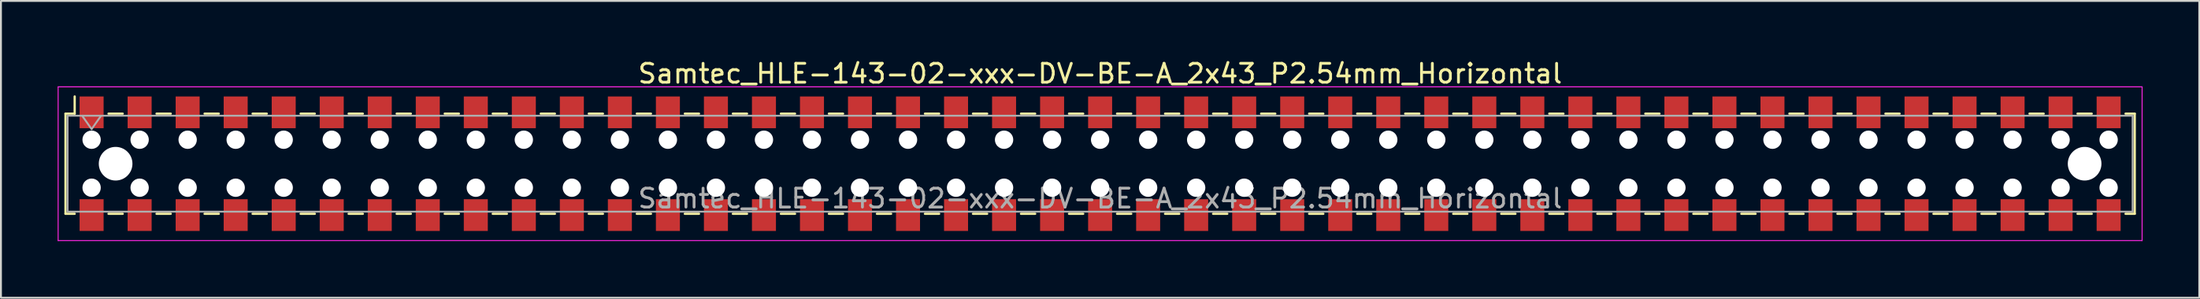
<source format=kicad_pcb>
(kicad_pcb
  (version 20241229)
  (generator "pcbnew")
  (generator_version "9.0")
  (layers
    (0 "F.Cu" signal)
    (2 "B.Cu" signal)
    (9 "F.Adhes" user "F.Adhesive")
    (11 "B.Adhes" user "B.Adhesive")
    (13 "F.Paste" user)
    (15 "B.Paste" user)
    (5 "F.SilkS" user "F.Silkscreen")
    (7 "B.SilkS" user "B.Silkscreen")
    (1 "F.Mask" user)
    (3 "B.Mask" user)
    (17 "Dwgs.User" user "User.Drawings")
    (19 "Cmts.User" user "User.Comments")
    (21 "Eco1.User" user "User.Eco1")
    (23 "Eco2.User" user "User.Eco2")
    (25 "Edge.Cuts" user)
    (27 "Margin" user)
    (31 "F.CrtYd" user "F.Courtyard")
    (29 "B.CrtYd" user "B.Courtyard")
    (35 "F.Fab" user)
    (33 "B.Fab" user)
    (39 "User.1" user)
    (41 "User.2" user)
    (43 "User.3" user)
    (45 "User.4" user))
  (footprint "Samtec_HLE-143-02-xxx-DV-BE-A_2x43_P2.54mm_Horizontal"
    (layer "F.Cu")
    (at 55.135 5.618)
    (property "Reference" "Samtec_HLE-143-02-xxx-DV-BE-A_2x43_P2.54mm_Horizontal" (at 0 -4.77 0) (layer "F.SilkS") (effects (font (size 1 1) (thickness 0.15))))
    (attr smd)
    (fp_line (start -54.72 -2.65) (end -54.72 2.65) (stroke (width 0.12) (type solid)) (layer "F.SilkS"))
    (fp_line (start -54.72 2.65) (end -54.235 2.65) (stroke (width 0.12) (type solid)) (layer "F.SilkS"))
    (fp_line (start -54.235 -3.56) (end -54.235 -2.65) (stroke (width 0.12) (type solid)) (layer "F.SilkS"))
    (fp_line (start -54.235 -2.65) (end -54.72 -2.65) (stroke (width 0.12) (type solid)) (layer "F.SilkS"))
    (fp_line (start -52.445 -2.65) (end -51.695 -2.65) (stroke (width 0.12) (type solid)) (layer "F.SilkS"))
    (fp_line (start -52.445 2.65) (end -51.695 2.65) (stroke (width 0.12) (type solid)) (layer "F.SilkS"))
    (fp_line (start -49.905 -2.65) (end -49.155 -2.65) (stroke (width 0.12) (type solid)) (layer "F.SilkS"))
    (fp_line (start -49.905 2.65) (end -49.155 2.65) (stroke (width 0.12) (type solid)) (layer "F.SilkS"))
    (fp_line (start -47.365 -2.65) (end -46.615 -2.65) (stroke (width 0.12) (type solid)) (layer "F.SilkS"))
    (fp_line (start -47.365 2.65) (end -46.615 2.65) (stroke (width 0.12) (type solid)) (layer "F.SilkS"))
    (fp_line (start -44.825 -2.65) (end -44.075 -2.65) (stroke (width 0.12) (type solid)) (layer "F.SilkS"))
    (fp_line (start -44.825 2.65) (end -44.075 2.65) (stroke (width 0.12) (type solid)) (layer "F.SilkS"))
    (fp_line (start -42.285 -2.65) (end -41.535 -2.65) (stroke (width 0.12) (type solid)) (layer "F.SilkS"))
    (fp_line (start -42.285 2.65) (end -41.535 2.65) (stroke (width 0.12) (type solid)) (layer "F.SilkS"))
    (fp_line (start -39.745 -2.65) (end -38.995 -2.65) (stroke (width 0.12) (type solid)) (layer "F.SilkS"))
    (fp_line (start -39.745 2.65) (end -38.995 2.65) (stroke (width 0.12) (type solid)) (layer "F.SilkS"))
    (fp_line (start -37.205 -2.65) (end -36.455 -2.65) (stroke (width 0.12) (type solid)) (layer "F.SilkS"))
    (fp_line (start -37.205 2.65) (end -36.455 2.65) (stroke (width 0.12) (type solid)) (layer "F.SilkS"))
    (fp_line (start -34.665 -2.65) (end -33.915 -2.65) (stroke (width 0.12) (type solid)) (layer "F.SilkS"))
    (fp_line (start -34.665 2.65) (end -33.915 2.65) (stroke (width 0.12) (type solid)) (layer "F.SilkS"))
    (fp_line (start -32.125 -2.65) (end -31.375 -2.65) (stroke (width 0.12) (type solid)) (layer "F.SilkS"))
    (fp_line (start -32.125 2.65) (end -31.375 2.65) (stroke (width 0.12) (type solid)) (layer "F.SilkS"))
    (fp_line (start -29.585 -2.65) (end -28.835 -2.65) (stroke (width 0.12) (type solid)) (layer "F.SilkS"))
    (fp_line (start -29.585 2.65) (end -28.835 2.65) (stroke (width 0.12) (type solid)) (layer "F.SilkS"))
    (fp_line (start -27.045 -2.65) (end -26.295 -2.65) (stroke (width 0.12) (type solid)) (layer "F.SilkS"))
    (fp_line (start -27.045 2.65) (end -26.295 2.65) (stroke (width 0.12) (type solid)) (layer "F.SilkS"))
    (fp_line (start -24.505 -2.65) (end -23.755 -2.65) (stroke (width 0.12) (type solid)) (layer "F.SilkS"))
    (fp_line (start -24.505 2.65) (end -23.755 2.65) (stroke (width 0.12) (type solid)) (layer "F.SilkS"))
    (fp_line (start -21.965 -2.65) (end -21.215 -2.65) (stroke (width 0.12) (type solid)) (layer "F.SilkS"))
    (fp_line (start -21.965 2.65) (end -21.215 2.65) (stroke (width 0.12) (type solid)) (layer "F.SilkS"))
    (fp_line (start -19.425 -2.65) (end -18.675 -2.65) (stroke (width 0.12) (type solid)) (layer "F.SilkS"))
    (fp_line (start -19.425 2.65) (end -18.675 2.65) (stroke (width 0.12) (type solid)) (layer "F.SilkS"))
    (fp_line (start -16.885 -2.65) (end -16.135 -2.65) (stroke (width 0.12) (type solid)) (layer "F.SilkS"))
    (fp_line (start -16.885 2.65) (end -16.135 2.65) (stroke (width 0.12) (type solid)) (layer "F.SilkS"))
    (fp_line (start -14.345 -2.65) (end -13.595 -2.65) (stroke (width 0.12) (type solid)) (layer "F.SilkS"))
    (fp_line (start -14.345 2.65) (end -13.595 2.65) (stroke (width 0.12) (type solid)) (layer "F.SilkS"))
    (fp_line (start -11.805 -2.65) (end -11.055 -2.65) (stroke (width 0.12) (type solid)) (layer "F.SilkS"))
    (fp_line (start -11.805 2.65) (end -11.055 2.65) (stroke (width 0.12) (type solid)) (layer "F.SilkS"))
    (fp_line (start -9.265 -2.65) (end -8.515 -2.65) (stroke (width 0.12) (type solid)) (layer "F.SilkS"))
    (fp_line (start -9.265 2.65) (end -8.515 2.65) (stroke (width 0.12) (type solid)) (layer "F.SilkS"))
    (fp_line (start -6.725 -2.65) (end -5.975 -2.65) (stroke (width 0.12) (type solid)) (layer "F.SilkS"))
    (fp_line (start -6.725 2.65) (end -5.975 2.65) (stroke (width 0.12) (type solid)) (layer "F.SilkS"))
    (fp_line (start -4.185 -2.65) (end -3.435 -2.65) (stroke (width 0.12) (type solid)) (layer "F.SilkS"))
    (fp_line (start -4.185 2.65) (end -3.435 2.65) (stroke (width 0.12) (type solid)) (layer "F.SilkS"))
    (fp_line (start -1.645 -2.65) (end -0.895 -2.65) (stroke (width 0.12) (type solid)) (layer "F.SilkS"))
    (fp_line (start -1.645 2.65) (end -0.895 2.65) (stroke (width 0.12) (type solid)) (layer "F.SilkS"))
    (fp_line (start 0.895 -2.65) (end 1.645 -2.65) (stroke (width 0.12) (type solid)) (layer "F.SilkS"))
    (fp_line (start 0.895 2.65) (end 1.645 2.65) (stroke (width 0.12) (type solid)) (layer "F.SilkS"))
    (fp_line (start 3.435 -2.65) (end 4.185 -2.65) (stroke (width 0.12) (type solid)) (layer "F.SilkS"))
    (fp_line (start 3.435 2.65) (end 4.185 2.65) (stroke (width 0.12) (type solid)) (layer "F.SilkS"))
    (fp_line (start 5.975 -2.65) (end 6.725 -2.65) (stroke (width 0.12) (type solid)) (layer "F.SilkS"))
    (fp_line (start 5.975 2.65) (end 6.725 2.65) (stroke (width 0.12) (type solid)) (layer "F.SilkS"))
    (fp_line (start 8.515 -2.65) (end 9.265 -2.65) (stroke (width 0.12) (type solid)) (layer "F.SilkS"))
    (fp_line (start 8.515 2.65) (end 9.265 2.65) (stroke (width 0.12) (type solid)) (layer "F.SilkS"))
    (fp_line (start 11.055 -2.65) (end 11.805 -2.65) (stroke (width 0.12) (type solid)) (layer "F.SilkS"))
    (fp_line (start 11.055 2.65) (end 11.805 2.65) (stroke (width 0.12) (type solid)) (layer "F.SilkS"))
    (fp_line (start 13.595 -2.65) (end 14.345 -2.65) (stroke (width 0.12) (type solid)) (layer "F.SilkS"))
    (fp_line (start 13.595 2.65) (end 14.345 2.65) (stroke (width 0.12) (type solid)) (layer "F.SilkS"))
    (fp_line (start 16.135 -2.65) (end 16.885 -2.65) (stroke (width 0.12) (type solid)) (layer "F.SilkS"))
    (fp_line (start 16.135 2.65) (end 16.885 2.65) (stroke (width 0.12) (type solid)) (layer "F.SilkS"))
    (fp_line (start 18.675 -2.65) (end 19.425 -2.65) (stroke (width 0.12) (type solid)) (layer "F.SilkS"))
    (fp_line (start 18.675 2.65) (end 19.425 2.65) (stroke (width 0.12) (type solid)) (layer "F.SilkS"))
    (fp_line (start 21.215 -2.65) (end 21.965 -2.65) (stroke (width 0.12) (type solid)) (layer "F.SilkS"))
    (fp_line (start 21.215 2.65) (end 21.965 2.65) (stroke (width 0.12) (type solid)) (layer "F.SilkS"))
    (fp_line (start 23.755 -2.65) (end 24.505 -2.65) (stroke (width 0.12) (type solid)) (layer "F.SilkS"))
    (fp_line (start 23.755 2.65) (end 24.505 2.65) (stroke (width 0.12) (type solid)) (layer "F.SilkS"))
    (fp_line (start 26.295 -2.65) (end 27.045 -2.65) (stroke (width 0.12) (type solid)) (layer "F.SilkS"))
    (fp_line (start 26.295 2.65) (end 27.045 2.65) (stroke (width 0.12) (type solid)) (layer "F.SilkS"))
    (fp_line (start 28.835 -2.65) (end 29.585 -2.65) (stroke (width 0.12) (type solid)) (layer "F.SilkS"))
    (fp_line (start 28.835 2.65) (end 29.585 2.65) (stroke (width 0.12) (type solid)) (layer "F.SilkS"))
    (fp_line (start 31.375 -2.65) (end 32.125 -2.65) (stroke (width 0.12) (type solid)) (layer "F.SilkS"))
    (fp_line (start 31.375 2.65) (end 32.125 2.65) (stroke (width 0.12) (type solid)) (layer "F.SilkS"))
    (fp_line (start 33.915 -2.65) (end 34.665 -2.65) (stroke (width 0.12) (type solid)) (layer "F.SilkS"))
    (fp_line (start 33.915 2.65) (end 34.665 2.65) (stroke (width 0.12) (type solid)) (layer "F.SilkS"))
    (fp_line (start 36.455 -2.65) (end 37.205 -2.65) (stroke (width 0.12) (type solid)) (layer "F.SilkS"))
    (fp_line (start 36.455 2.65) (end 37.205 2.65) (stroke (width 0.12) (type solid)) (layer "F.SilkS"))
    (fp_line (start 38.995 -2.65) (end 39.745 -2.65) (stroke (width 0.12) (type solid)) (layer "F.SilkS"))
    (fp_line (start 38.995 2.65) (end 39.745 2.65) (stroke (width 0.12) (type solid)) (layer "F.SilkS"))
    (fp_line (start 41.535 -2.65) (end 42.285 -2.65) (stroke (width 0.12) (type solid)) (layer "F.SilkS"))
    (fp_line (start 41.535 2.65) (end 42.285 2.65) (stroke (width 0.12) (type solid)) (layer "F.SilkS"))
    (fp_line (start 44.075 -2.65) (end 44.825 -2.65) (stroke (width 0.12) (type solid)) (layer "F.SilkS"))
    (fp_line (start 44.075 2.65) (end 44.825 2.65) (stroke (width 0.12) (type solid)) (layer "F.SilkS"))
    (fp_line (start 46.615 -2.65) (end 47.365 -2.65) (stroke (width 0.12) (type solid)) (layer "F.SilkS"))
    (fp_line (start 46.615 2.65) (end 47.365 2.65) (stroke (width 0.12) (type solid)) (layer "F.SilkS"))
    (fp_line (start 49.155 -2.65) (end 49.905 -2.65) (stroke (width 0.12) (type solid)) (layer "F.SilkS"))
    (fp_line (start 49.155 2.65) (end 49.905 2.65) (stroke (width 0.12) (type solid)) (layer "F.SilkS"))
    (fp_line (start 51.695 -2.65) (end 52.445 -2.65) (stroke (width 0.12) (type solid)) (layer "F.SilkS"))
    (fp_line (start 51.695 2.65) (end 52.445 2.65) (stroke (width 0.12) (type solid)) (layer "F.SilkS"))
    (fp_line (start 54.235 -2.65) (end 54.72 -2.65) (stroke (width 0.12) (type solid)) (layer "F.SilkS"))
    (fp_line (start 54.72 -2.65) (end 54.72 2.65) (stroke (width 0.12) (type solid)) (layer "F.SilkS"))
    (fp_line (start 54.72 2.65) (end 54.235 2.65) (stroke (width 0.12) (type solid)) (layer "F.SilkS"))
    (fp_line (start -55.11 -4.07) (end 55.11 -4.07) (stroke (width 0.05) (type solid)) (layer "F.CrtYd"))
    (fp_line (start -55.11 4.07) (end -55.11 -4.07) (stroke (width 0.05) (type solid)) (layer "F.CrtYd"))
    (fp_line (start 55.11 -4.07) (end 55.11 4.07) (stroke (width 0.05) (type solid)) (layer "F.CrtYd"))
    (fp_line (start 55.11 4.07) (end -55.11 4.07) (stroke (width 0.05) (type solid)) (layer "F.CrtYd"))
    (fp_line (start -54.61 -2.54) (end 54.61 -2.54) (stroke (width 0.1) (type solid)) (layer "F.Fab"))
    (fp_line (start -54.61 2.54) (end -54.61 -2.54) (stroke (width 0.1) (type solid)) (layer "F.Fab"))
    (fp_line (start -53.84 -2.54) (end -53.34 -1.833) (stroke (width 0.1) (type solid)) (layer "F.Fab"))
    (fp_line (start -53.34 -1.833) (end -52.84 -2.54) (stroke (width 0.1) (type solid)) (layer "F.Fab"))
    (fp_line (start 54.61 -2.54) (end 54.61 2.54) (stroke (width 0.1) (type solid)) (layer "F.Fab"))
    (fp_line (start 54.61 2.54) (end -54.61 2.54) (stroke (width 0.1) (type solid)) (layer "F.Fab"))
    (fp_text user "${REFERENCE}" (at 0 1.84 0) (layer "F.Fab") (effects (font (size 1 1) (thickness 0.15))))
    (pad "" np_thru_hole circle (at -53.34 -1.27) (size 0.97 0.97) (drill 0.97) (layers "*.Cu" "*.Mask"))
    (pad "" np_thru_hole circle (at -53.34 1.27) (size 0.97 0.97) (drill 0.97) (layers "*.Cu" "*.Mask"))
    (pad "" np_thru_hole circle (at -52.07 0) (size 1.78 1.78) (drill 1.78) (layers "*.Cu" "*.Mask"))
    (pad "" np_thru_hole circle (at -50.8 -1.27) (size 0.97 0.97) (drill 0.97) (layers "*.Cu" "*.Mask"))
    (pad "" np_thru_hole circle (at -50.8 1.27) (size 0.97 0.97) (drill 0.97) (layers "*.Cu" "*.Mask"))
    (pad "" np_thru_hole circle (at -48.26 -1.27) (size 0.97 0.97) (drill 0.97) (layers "*.Cu" "*.Mask"))
    (pad "" np_thru_hole circle (at -48.26 1.27) (size 0.97 0.97) (drill 0.97) (layers "*.Cu" "*.Mask"))
    (pad "" np_thru_hole circle (at -45.72 -1.27) (size 0.97 0.97) (drill 0.97) (layers "*.Cu" "*.Mask"))
    (pad "" np_thru_hole circle (at -45.72 1.27) (size 0.97 0.97) (drill 0.97) (layers "*.Cu" "*.Mask"))
    (pad "" np_thru_hole circle (at -43.18 -1.27) (size 0.97 0.97) (drill 0.97) (layers "*.Cu" "*.Mask"))
    (pad "" np_thru_hole circle (at -43.18 1.27) (size 0.97 0.97) (drill 0.97) (layers "*.Cu" "*.Mask"))
    (pad "" np_thru_hole circle (at -40.64 -1.27) (size 0.97 0.97) (drill 0.97) (layers "*.Cu" "*.Mask"))
    (pad "" np_thru_hole circle (at -40.64 1.27) (size 0.97 0.97) (drill 0.97) (layers "*.Cu" "*.Mask"))
    (pad "" np_thru_hole circle (at -38.1 -1.27) (size 0.97 0.97) (drill 0.97) (layers "*.Cu" "*.Mask"))
    (pad "" np_thru_hole circle (at -38.1 1.27) (size 0.97 0.97) (drill 0.97) (layers "*.Cu" "*.Mask"))
    (pad "" np_thru_hole circle (at -35.56 -1.27) (size 0.97 0.97) (drill 0.97) (layers "*.Cu" "*.Mask"))
    (pad "" np_thru_hole circle (at -35.56 1.27) (size 0.97 0.97) (drill 0.97) (layers "*.Cu" "*.Mask"))
    (pad "" np_thru_hole circle (at -33.02 -1.27) (size 0.97 0.97) (drill 0.97) (layers "*.Cu" "*.Mask"))
    (pad "" np_thru_hole circle (at -33.02 1.27) (size 0.97 0.97) (drill 0.97) (layers "*.Cu" "*.Mask"))
    (pad "" np_thru_hole circle (at -30.48 -1.27) (size 0.97 0.97) (drill 0.97) (layers "*.Cu" "*.Mask"))
    (pad "" np_thru_hole circle (at -30.48 1.27) (size 0.97 0.97) (drill 0.97) (layers "*.Cu" "*.Mask"))
    (pad "" np_thru_hole circle (at -27.94 -1.27) (size 0.97 0.97) (drill 0.97) (layers "*.Cu" "*.Mask"))
    (pad "" np_thru_hole circle (at -27.94 1.27) (size 0.97 0.97) (drill 0.97) (layers "*.Cu" "*.Mask"))
    (pad "" np_thru_hole circle (at -25.4 -1.27) (size 0.97 0.97) (drill 0.97) (layers "*.Cu" "*.Mask"))
    (pad "" np_thru_hole circle (at -25.4 1.27) (size 0.97 0.97) (drill 0.97) (layers "*.Cu" "*.Mask"))
    (pad "" np_thru_hole circle (at -22.86 -1.27) (size 0.97 0.97) (drill 0.97) (layers "*.Cu" "*.Mask"))
    (pad "" np_thru_hole circle (at -22.86 1.27) (size 0.97 0.97) (drill 0.97) (layers "*.Cu" "*.Mask"))
    (pad "" np_thru_hole circle (at -20.32 -1.27) (size 0.97 0.97) (drill 0.97) (layers "*.Cu" "*.Mask"))
    (pad "" np_thru_hole circle (at -20.32 1.27) (size 0.97 0.97) (drill 0.97) (layers "*.Cu" "*.Mask"))
    (pad "" np_thru_hole circle (at -17.78 -1.27) (size 0.97 0.97) (drill 0.97) (layers "*.Cu" "*.Mask"))
    (pad "" np_thru_hole circle (at -17.78 1.27) (size 0.97 0.97) (drill 0.97) (layers "*.Cu" "*.Mask"))
    (pad "" np_thru_hole circle (at -15.24 -1.27) (size 0.97 0.97) (drill 0.97) (layers "*.Cu" "*.Mask"))
    (pad "" np_thru_hole circle (at -15.24 1.27) (size 0.97 0.97) (drill 0.97) (layers "*.Cu" "*.Mask"))
    (pad "" np_thru_hole circle (at -12.7 -1.27) (size 0.97 0.97) (drill 0.97) (layers "*.Cu" "*.Mask"))
    (pad "" np_thru_hole circle (at -12.7 1.27) (size 0.97 0.97) (drill 0.97) (layers "*.Cu" "*.Mask"))
    (pad "" np_thru_hole circle (at -10.16 -1.27) (size 0.97 0.97) (drill 0.97) (layers "*.Cu" "*.Mask"))
    (pad "" np_thru_hole circle (at -10.16 1.27) (size 0.97 0.97) (drill 0.97) (layers "*.Cu" "*.Mask"))
    (pad "" np_thru_hole circle (at -7.62 -1.27) (size 0.97 0.97) (drill 0.97) (layers "*.Cu" "*.Mask"))
    (pad "" np_thru_hole circle (at -7.62 1.27) (size 0.97 0.97) (drill 0.97) (layers "*.Cu" "*.Mask"))
    (pad "" np_thru_hole circle (at -5.08 -1.27) (size 0.97 0.97) (drill 0.97) (layers "*.Cu" "*.Mask"))
    (pad "" np_thru_hole circle (at -5.08 1.27) (size 0.97 0.97) (drill 0.97) (layers "*.Cu" "*.Mask"))
    (pad "" np_thru_hole circle (at -2.54 -1.27) (size 0.97 0.97) (drill 0.97) (layers "*.Cu" "*.Mask"))
    (pad "" np_thru_hole circle (at -2.54 1.27) (size 0.97 0.97) (drill 0.97) (layers "*.Cu" "*.Mask"))
    (pad "" np_thru_hole circle (at 0 -1.27) (size 0.97 0.97) (drill 0.97) (layers "*.Cu" "*.Mask"))
    (pad "" np_thru_hole circle (at 0 1.27) (size 0.97 0.97) (drill 0.97) (layers "*.Cu" "*.Mask"))
    (pad "" np_thru_hole circle (at 2.54 -1.27) (size 0.97 0.97) (drill 0.97) (layers "*.Cu" "*.Mask"))
    (pad "" np_thru_hole circle (at 2.54 1.27) (size 0.97 0.97) (drill 0.97) (layers "*.Cu" "*.Mask"))
    (pad "" np_thru_hole circle (at 5.08 -1.27) (size 0.97 0.97) (drill 0.97) (layers "*.Cu" "*.Mask"))
    (pad "" np_thru_hole circle (at 5.08 1.27) (size 0.97 0.97) (drill 0.97) (layers "*.Cu" "*.Mask"))
    (pad "" np_thru_hole circle (at 7.62 -1.27) (size 0.97 0.97) (drill 0.97) (layers "*.Cu" "*.Mask"))
    (pad "" np_thru_hole circle (at 7.62 1.27) (size 0.97 0.97) (drill 0.97) (layers "*.Cu" "*.Mask"))
    (pad "" np_thru_hole circle (at 10.16 -1.27) (size 0.97 0.97) (drill 0.97) (layers "*.Cu" "*.Mask"))
    (pad "" np_thru_hole circle (at 10.16 1.27) (size 0.97 0.97) (drill 0.97) (layers "*.Cu" "*.Mask"))
    (pad "" np_thru_hole circle (at 12.7 -1.27) (size 0.97 0.97) (drill 0.97) (layers "*.Cu" "*.Mask"))
    (pad "" np_thru_hole circle (at 12.7 1.27) (size 0.97 0.97) (drill 0.97) (layers "*.Cu" "*.Mask"))
    (pad "" np_thru_hole circle (at 15.24 -1.27) (size 0.97 0.97) (drill 0.97) (layers "*.Cu" "*.Mask"))
    (pad "" np_thru_hole circle (at 15.24 1.27) (size 0.97 0.97) (drill 0.97) (layers "*.Cu" "*.Mask"))
    (pad "" np_thru_hole circle (at 17.78 -1.27) (size 0.97 0.97) (drill 0.97) (layers "*.Cu" "*.Mask"))
    (pad "" np_thru_hole circle (at 17.78 1.27) (size 0.97 0.97) (drill 0.97) (layers "*.Cu" "*.Mask"))
    (pad "" np_thru_hole circle (at 20.32 -1.27) (size 0.97 0.97) (drill 0.97) (layers "*.Cu" "*.Mask"))
    (pad "" np_thru_hole circle (at 20.32 1.27) (size 0.97 0.97) (drill 0.97) (layers "*.Cu" "*.Mask"))
    (pad "" np_thru_hole circle (at 22.86 -1.27) (size 0.97 0.97) (drill 0.97) (layers "*.Cu" "*.Mask"))
    (pad "" np_thru_hole circle (at 22.86 1.27) (size 0.97 0.97) (drill 0.97) (layers "*.Cu" "*.Mask"))
    (pad "" np_thru_hole circle (at 25.4 -1.27) (size 0.97 0.97) (drill 0.97) (layers "*.Cu" "*.Mask"))
    (pad "" np_thru_hole circle (at 25.4 1.27) (size 0.97 0.97) (drill 0.97) (layers "*.Cu" "*.Mask"))
    (pad "" np_thru_hole circle (at 27.94 -1.27) (size 0.97 0.97) (drill 0.97) (layers "*.Cu" "*.Mask"))
    (pad "" np_thru_hole circle (at 27.94 1.27) (size 0.97 0.97) (drill 0.97) (layers "*.Cu" "*.Mask"))
    (pad "" np_thru_hole circle (at 30.48 -1.27) (size 0.97 0.97) (drill 0.97) (layers "*.Cu" "*.Mask"))
    (pad "" np_thru_hole circle (at 30.48 1.27) (size 0.97 0.97) (drill 0.97) (layers "*.Cu" "*.Mask"))
    (pad "" np_thru_hole circle (at 33.02 -1.27) (size 0.97 0.97) (drill 0.97) (layers "*.Cu" "*.Mask"))
    (pad "" np_thru_hole circle (at 33.02 1.27) (size 0.97 0.97) (drill 0.97) (layers "*.Cu" "*.Mask"))
    (pad "" np_thru_hole circle (at 35.56 -1.27) (size 0.97 0.97) (drill 0.97) (layers "*.Cu" "*.Mask"))
    (pad "" np_thru_hole circle (at 35.56 1.27) (size 0.97 0.97) (drill 0.97) (layers "*.Cu" "*.Mask"))
    (pad "" np_thru_hole circle (at 38.1 -1.27) (size 0.97 0.97) (drill 0.97) (layers "*.Cu" "*.Mask"))
    (pad "" np_thru_hole circle (at 38.1 1.27) (size 0.97 0.97) (drill 0.97) (layers "*.Cu" "*.Mask"))
    (pad "" np_thru_hole circle (at 40.64 -1.27) (size 0.97 0.97) (drill 0.97) (layers "*.Cu" "*.Mask"))
    (pad "" np_thru_hole circle (at 40.64 1.27) (size 0.97 0.97) (drill 0.97) (layers "*.Cu" "*.Mask"))
    (pad "" np_thru_hole circle (at 43.18 -1.27) (size 0.97 0.97) (drill 0.97) (layers "*.Cu" "*.Mask"))
    (pad "" np_thru_hole circle (at 43.18 1.27) (size 0.97 0.97) (drill 0.97) (layers "*.Cu" "*.Mask"))
    (pad "" np_thru_hole circle (at 45.72 -1.27) (size 0.97 0.97) (drill 0.97) (layers "*.Cu" "*.Mask"))
    (pad "" np_thru_hole circle (at 45.72 1.27) (size 0.97 0.97) (drill 0.97) (layers "*.Cu" "*.Mask"))
    (pad "" np_thru_hole circle (at 48.26 -1.27) (size 0.97 0.97) (drill 0.97) (layers "*.Cu" "*.Mask"))
    (pad "" np_thru_hole circle (at 48.26 1.27) (size 0.97 0.97) (drill 0.97) (layers "*.Cu" "*.Mask"))
    (pad "" np_thru_hole circle (at 50.8 -1.27) (size 0.97 0.97) (drill 0.97) (layers "*.Cu" "*.Mask"))
    (pad "" np_thru_hole circle (at 50.8 1.27) (size 0.97 0.97) (drill 0.97) (layers "*.Cu" "*.Mask"))
    (pad "" np_thru_hole circle (at 52.07 0) (size 1.78 1.78) (drill 1.78) (layers "*.Cu" "*.Mask"))
    (pad "" np_thru_hole circle (at 53.34 -1.27) (size 0.97 0.97) (drill 0.97) (layers "*.Cu" "*.Mask"))
    (pad "" np_thru_hole circle (at 53.34 1.27) (size 0.97 0.97) (drill 0.97) (layers "*.Cu" "*.Mask"))
    (pad "1" smd rect (at -53.34 -2.72) (size 1.27 1.68) (layers "F.Cu" "F.Mask" "F.Paste"))
    (pad "2" smd rect (at -53.34 2.72) (size 1.27 1.68) (layers "F.Cu" "F.Mask" "F.Paste"))
    (pad "3" smd rect (at -50.8 -2.72) (size 1.27 1.68) (layers "F.Cu" "F.Mask" "F.Paste"))
    (pad "4" smd rect (at -50.8 2.72) (size 1.27 1.68) (layers "F.Cu" "F.Mask" "F.Paste"))
    (pad "5" smd rect (at -48.26 -2.72) (size 1.27 1.68) (layers "F.Cu" "F.Mask" "F.Paste"))
    (pad "6" smd rect (at -48.26 2.72) (size 1.27 1.68) (layers "F.Cu" "F.Mask" "F.Paste"))
    (pad "7" smd rect (at -45.72 -2.72) (size 1.27 1.68) (layers "F.Cu" "F.Mask" "F.Paste"))
    (pad "8" smd rect (at -45.72 2.72) (size 1.27 1.68) (layers "F.Cu" "F.Mask" "F.Paste"))
    (pad "9" smd rect (at -43.18 -2.72) (size 1.27 1.68) (layers "F.Cu" "F.Mask" "F.Paste"))
    (pad "10" smd rect (at -43.18 2.72) (size 1.27 1.68) (layers "F.Cu" "F.Mask" "F.Paste"))
    (pad "11" smd rect (at -40.64 -2.72) (size 1.27 1.68) (layers "F.Cu" "F.Mask" "F.Paste"))
    (pad "12" smd rect (at -40.64 2.72) (size 1.27 1.68) (layers "F.Cu" "F.Mask" "F.Paste"))
    (pad "13" smd rect (at -38.1 -2.72) (size 1.27 1.68) (layers "F.Cu" "F.Mask" "F.Paste"))
    (pad "14" smd rect (at -38.1 2.72) (size 1.27 1.68) (layers "F.Cu" "F.Mask" "F.Paste"))
    (pad "15" smd rect (at -35.56 -2.72) (size 1.27 1.68) (layers "F.Cu" "F.Mask" "F.Paste"))
    (pad "16" smd rect (at -35.56 2.72) (size 1.27 1.68) (layers "F.Cu" "F.Mask" "F.Paste"))
    (pad "17" smd rect (at -33.02 -2.72) (size 1.27 1.68) (layers "F.Cu" "F.Mask" "F.Paste"))
    (pad "18" smd rect (at -33.02 2.72) (size 1.27 1.68) (layers "F.Cu" "F.Mask" "F.Paste"))
    (pad "19" smd rect (at -30.48 -2.72) (size 1.27 1.68) (layers "F.Cu" "F.Mask" "F.Paste"))
    (pad "20" smd rect (at -30.48 2.72) (size 1.27 1.68) (layers "F.Cu" "F.Mask" "F.Paste"))
    (pad "21" smd rect (at -27.94 -2.72) (size 1.27 1.68) (layers "F.Cu" "F.Mask" "F.Paste"))
    (pad "22" smd rect (at -27.94 2.72) (size 1.27 1.68) (layers "F.Cu" "F.Mask" "F.Paste"))
    (pad "23" smd rect (at -25.4 -2.72) (size 1.27 1.68) (layers "F.Cu" "F.Mask" "F.Paste"))
    (pad "24" smd rect (at -25.4 2.72) (size 1.27 1.68) (layers "F.Cu" "F.Mask" "F.Paste"))
    (pad "25" smd rect (at -22.86 -2.72) (size 1.27 1.68) (layers "F.Cu" "F.Mask" "F.Paste"))
    (pad "26" smd rect (at -22.86 2.72) (size 1.27 1.68) (layers "F.Cu" "F.Mask" "F.Paste"))
    (pad "27" smd rect (at -20.32 -2.72) (size 1.27 1.68) (layers "F.Cu" "F.Mask" "F.Paste"))
    (pad "28" smd rect (at -20.32 2.72) (size 1.27 1.68) (layers "F.Cu" "F.Mask" "F.Paste"))
    (pad "29" smd rect (at -17.78 -2.72) (size 1.27 1.68) (layers "F.Cu" "F.Mask" "F.Paste"))
    (pad "30" smd rect (at -17.78 2.72) (size 1.27 1.68) (layers "F.Cu" "F.Mask" "F.Paste"))
    (pad "31" smd rect (at -15.24 -2.72) (size 1.27 1.68) (layers "F.Cu" "F.Mask" "F.Paste"))
    (pad "32" smd rect (at -15.24 2.72) (size 1.27 1.68) (layers "F.Cu" "F.Mask" "F.Paste"))
    (pad "33" smd rect (at -12.7 -2.72) (size 1.27 1.68) (layers "F.Cu" "F.Mask" "F.Paste"))
    (pad "34" smd rect (at -12.7 2.72) (size 1.27 1.68) (layers "F.Cu" "F.Mask" "F.Paste"))
    (pad "35" smd rect (at -10.16 -2.72) (size 1.27 1.68) (layers "F.Cu" "F.Mask" "F.Paste"))
    (pad "36" smd rect (at -10.16 2.72) (size 1.27 1.68) (layers "F.Cu" "F.Mask" "F.Paste"))
    (pad "37" smd rect (at -7.62 -2.72) (size 1.27 1.68) (layers "F.Cu" "F.Mask" "F.Paste"))
    (pad "38" smd rect (at -7.62 2.72) (size 1.27 1.68) (layers "F.Cu" "F.Mask" "F.Paste"))
    (pad "39" smd rect (at -5.08 -2.72) (size 1.27 1.68) (layers "F.Cu" "F.Mask" "F.Paste"))
    (pad "40" smd rect (at -5.08 2.72) (size 1.27 1.68) (layers "F.Cu" "F.Mask" "F.Paste"))
    (pad "41" smd rect (at -2.54 -2.72) (size 1.27 1.68) (layers "F.Cu" "F.Mask" "F.Paste"))
    (pad "42" smd rect (at -2.54 2.72) (size 1.27 1.68) (layers "F.Cu" "F.Mask" "F.Paste"))
    (pad "43" smd rect (at 0 -2.72) (size 1.27 1.68) (layers "F.Cu" "F.Mask" "F.Paste"))
    (pad "44" smd rect (at 0 2.72) (size 1.27 1.68) (layers "F.Cu" "F.Mask" "F.Paste"))
    (pad "45" smd rect (at 2.54 -2.72) (size 1.27 1.68) (layers "F.Cu" "F.Mask" "F.Paste"))
    (pad "46" smd rect (at 2.54 2.72) (size 1.27 1.68) (layers "F.Cu" "F.Mask" "F.Paste"))
    (pad "47" smd rect (at 5.08 -2.72) (size 1.27 1.68) (layers "F.Cu" "F.Mask" "F.Paste"))
    (pad "48" smd rect (at 5.08 2.72) (size 1.27 1.68) (layers "F.Cu" "F.Mask" "F.Paste"))
    (pad "49" smd rect (at 7.62 -2.72) (size 1.27 1.68) (layers "F.Cu" "F.Mask" "F.Paste"))
    (pad "50" smd rect (at 7.62 2.72) (size 1.27 1.68) (layers "F.Cu" "F.Mask" "F.Paste"))
    (pad "51" smd rect (at 10.16 -2.72) (size 1.27 1.68) (layers "F.Cu" "F.Mask" "F.Paste"))
    (pad "52" smd rect (at 10.16 2.72) (size 1.27 1.68) (layers "F.Cu" "F.Mask" "F.Paste"))
    (pad "53" smd rect (at 12.7 -2.72) (size 1.27 1.68) (layers "F.Cu" "F.Mask" "F.Paste"))
    (pad "54" smd rect (at 12.7 2.72) (size 1.27 1.68) (layers "F.Cu" "F.Mask" "F.Paste"))
    (pad "55" smd rect (at 15.24 -2.72) (size 1.27 1.68) (layers "F.Cu" "F.Mask" "F.Paste"))
    (pad "56" smd rect (at 15.24 2.72) (size 1.27 1.68) (layers "F.Cu" "F.Mask" "F.Paste"))
    (pad "57" smd rect (at 17.78 -2.72) (size 1.27 1.68) (layers "F.Cu" "F.Mask" "F.Paste"))
    (pad "58" smd rect (at 17.78 2.72) (size 1.27 1.68) (layers "F.Cu" "F.Mask" "F.Paste"))
    (pad "59" smd rect (at 20.32 -2.72) (size 1.27 1.68) (layers "F.Cu" "F.Mask" "F.Paste"))
    (pad "60" smd rect (at 20.32 2.72) (size 1.27 1.68) (layers "F.Cu" "F.Mask" "F.Paste"))
    (pad "61" smd rect (at 22.86 -2.72) (size 1.27 1.68) (layers "F.Cu" "F.Mask" "F.Paste"))
    (pad "62" smd rect (at 22.86 2.72) (size 1.27 1.68) (layers "F.Cu" "F.Mask" "F.Paste"))
    (pad "63" smd rect (at 25.4 -2.72) (size 1.27 1.68) (layers "F.Cu" "F.Mask" "F.Paste"))
    (pad "64" smd rect (at 25.4 2.72) (size 1.27 1.68) (layers "F.Cu" "F.Mask" "F.Paste"))
    (pad "65" smd rect (at 27.94 -2.72) (size 1.27 1.68) (layers "F.Cu" "F.Mask" "F.Paste"))
    (pad "66" smd rect (at 27.94 2.72) (size 1.27 1.68) (layers "F.Cu" "F.Mask" "F.Paste"))
    (pad "67" smd rect (at 30.48 -2.72) (size 1.27 1.68) (layers "F.Cu" "F.Mask" "F.Paste"))
    (pad "68" smd rect (at 30.48 2.72) (size 1.27 1.68) (layers "F.Cu" "F.Mask" "F.Paste"))
    (pad "69" smd rect (at 33.02 -2.72) (size 1.27 1.68) (layers "F.Cu" "F.Mask" "F.Paste"))
    (pad "70" smd rect (at 33.02 2.72) (size 1.27 1.68) (layers "F.Cu" "F.Mask" "F.Paste"))
    (pad "71" smd rect (at 35.56 -2.72) (size 1.27 1.68) (layers "F.Cu" "F.Mask" "F.Paste"))
    (pad "72" smd rect (at 35.56 2.72) (size 1.27 1.68) (layers "F.Cu" "F.Mask" "F.Paste"))
    (pad "73" smd rect (at 38.1 -2.72) (size 1.27 1.68) (layers "F.Cu" "F.Mask" "F.Paste"))
    (pad "74" smd rect (at 38.1 2.72) (size 1.27 1.68) (layers "F.Cu" "F.Mask" "F.Paste"))
    (pad "75" smd rect (at 40.64 -2.72) (size 1.27 1.68) (layers "F.Cu" "F.Mask" "F.Paste"))
    (pad "76" smd rect (at 40.64 2.72) (size 1.27 1.68) (layers "F.Cu" "F.Mask" "F.Paste"))
    (pad "77" smd rect (at 43.18 -2.72) (size 1.27 1.68) (layers "F.Cu" "F.Mask" "F.Paste"))
    (pad "78" smd rect (at 43.18 2.72) (size 1.27 1.68) (layers "F.Cu" "F.Mask" "F.Paste"))
    (pad "79" smd rect (at 45.72 -2.72) (size 1.27 1.68) (layers "F.Cu" "F.Mask" "F.Paste"))
    (pad "80" smd rect (at 45.72 2.72) (size 1.27 1.68) (layers "F.Cu" "F.Mask" "F.Paste"))
    (pad "81" smd rect (at 48.26 -2.72) (size 1.27 1.68) (layers "F.Cu" "F.Mask" "F.Paste"))
    (pad "82" smd rect (at 48.26 2.72) (size 1.27 1.68) (layers "F.Cu" "F.Mask" "F.Paste"))
    (pad "83" smd rect (at 50.8 -2.72) (size 1.27 1.68) (layers "F.Cu" "F.Mask" "F.Paste"))
    (pad "84" smd rect (at 50.8 2.72) (size 1.27 1.68) (layers "F.Cu" "F.Mask" "F.Paste"))
    (pad "85" smd rect (at 53.34 -2.72) (size 1.27 1.68) (layers "F.Cu" "F.Mask" "F.Paste"))
    (pad "86" smd rect (at 53.34 2.72) (size 1.27 1.68) (layers "F.Cu" "F.Mask" "F.Paste")))
  (gr_rect
    (start -3 -3)
    (end 113.27 12.713)
    (stroke (width 0.1) (type default))
    (fill no)
    (layer "Edge.Cuts")))
</source>
